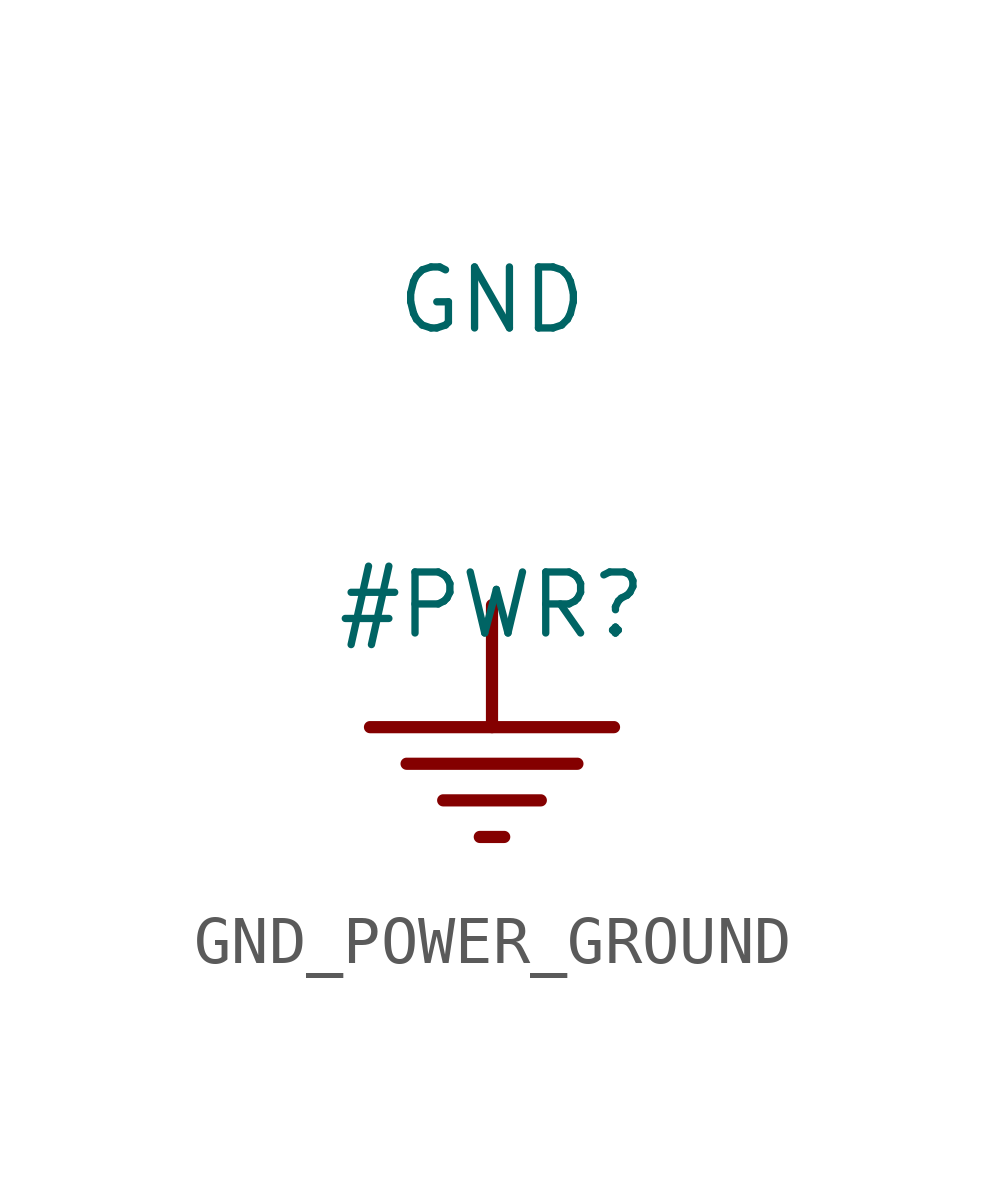
<source format=kicad_sym>
(kicad_symbol_lib
  (version 20231120)
  (generator "kicad_symbol_editor")
  (generator_version "8.0")
  (symbol "GND_POWER_GROUND"
    (power)
    (property "Reference" "#PWR"
      (at 0 0 0)
      (effects (font (size 1.27 1.27))))
    (property "Value" "GND"
      (at 0 6.35 0)
      (effects (font (size 1.27 1.27))))
    (symbol "GND_POWER_GROUND_0_0"
      (polyline (pts (xy -2.54 -2.54) (xy 2.54 -2.54)) (stroke (width 0.254) (type solid)) (fill (type none)))
      (polyline (pts (xy -1.778 -3.302) (xy 1.778 -3.302)) (stroke (width 0.254) (type solid)) (fill (type none)))
      (polyline (pts (xy -1.016 -4.064) (xy 1.016 -4.064)) (stroke (width 0.254) (type solid)) (fill (type none)))
      (polyline (pts (xy -0.254 -4.826) (xy 0.254 -4.826)) (stroke (width 0.254) (type solid)) (fill (type none)))
      (polyline (pts (xy 0 0) (xy 0 -2.54)) (stroke (width 0.254) (type solid)) (fill (type none)))
      (pin power_in line (at 0 0 0) (length 0) hide (name "GND" (effects (font (size 1.27 1.27)))) (number "" (effects (font (size 1.27 1.27))))))))
</source>
